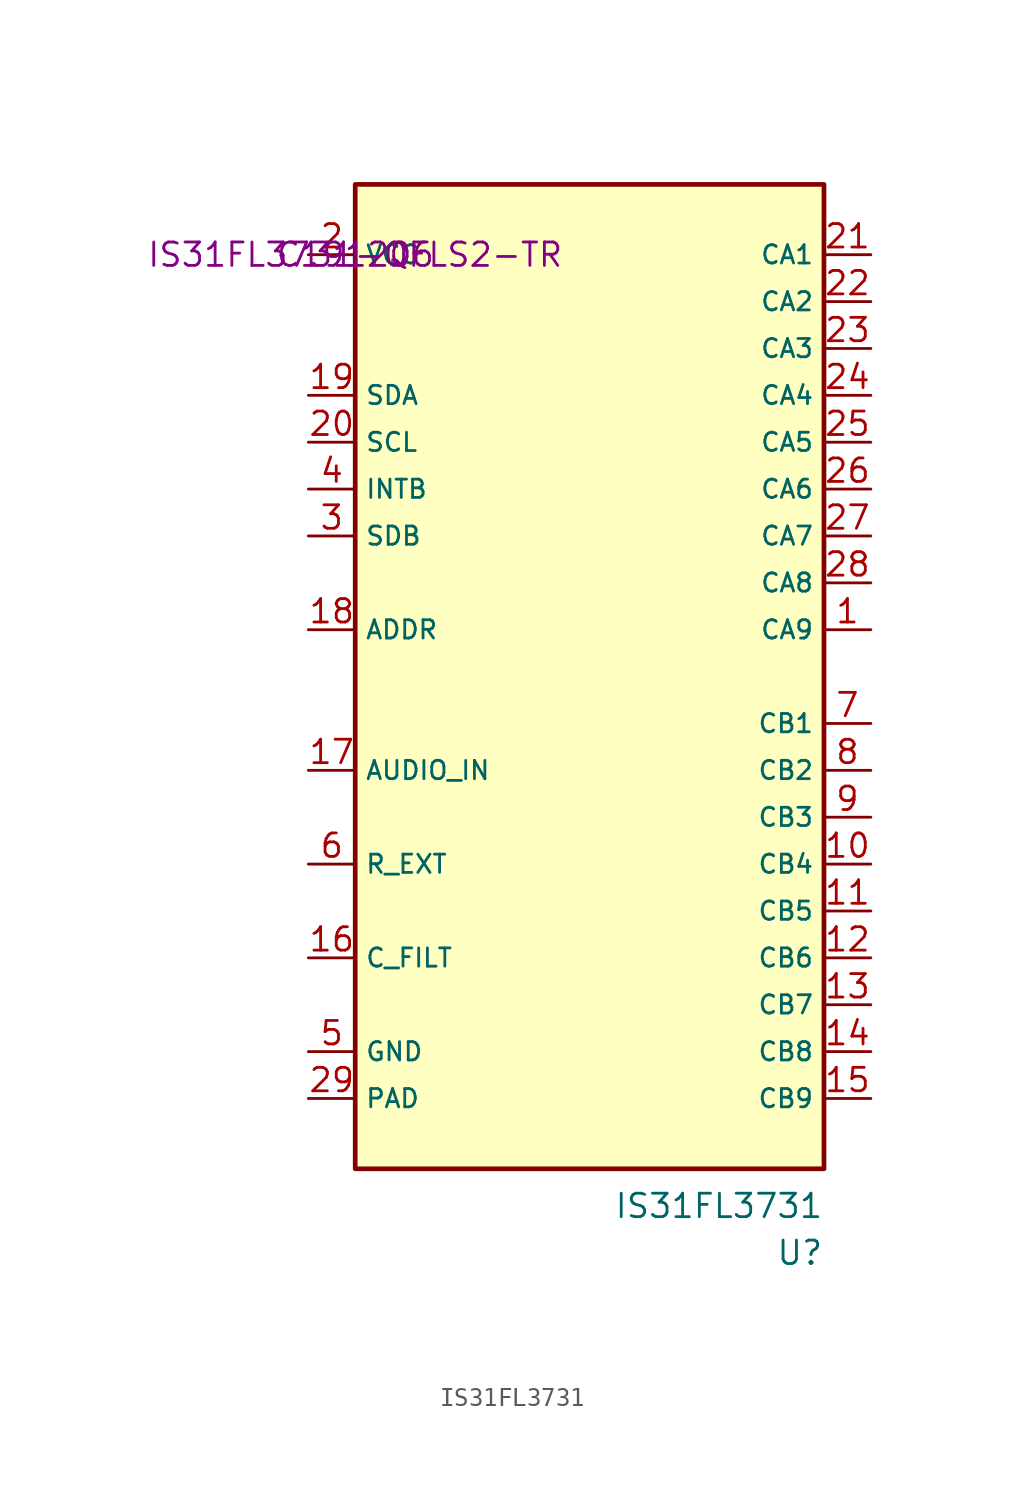
<source format=kicad_sym>
(kicad_symbol_lib
  (version 20211014)
  (generator kicad_symbol_editor)
  (symbol "IS31FL3731"
    (property "Reference" "U"
      (at 25.4 -53.34 0)
      (effects (font (size 1.27 1.27)) (justify right top)))
    (property "Value" "IS31FL3731"
      (at 25.4 -50.8 0)
      (effects (font (size 1.27 1.27)) (justify right top)))
    (property "Manufacturer Part #" "IS31FL3731-QFLS2-TR"
      (at 0 0 0)
      (effects (font (size 1.27 1.27))))
    (property "JLCPCB Part #" "C191206"
      (at 0 0 0)
      (effects (font (size 1.27 1.27))))
    (symbol "IS31FL3731_0_1"
      (rectangle (start 0 3.81) (end 25.4 -49.53) (stroke (width 0.254) (type default) (color 0 0 0 0)) (fill (type background))))
    (symbol "IS31FL3731_1_1"
      (pin passive line (at 27.94 -20.32 180) (length 2.54) (name "CA9" (effects (font (size 0.991 0.991)))) (number "1" (effects (font (size 1.27 1.27)))))
      (pin passive line (at 27.94 -33.02 180) (length 2.54) (name "CB4" (effects (font (size 0.991 0.991)))) (number "10" (effects (font (size 1.27 1.27)))))
      (pin passive line (at 27.94 -35.56 180) (length 2.54) (name "CB5" (effects (font (size 0.991 0.991)))) (number "11" (effects (font (size 1.27 1.27)))))
      (pin passive line (at 27.94 -38.1 180) (length 2.54) (name "CB6" (effects (font (size 0.991 0.991)))) (number "12" (effects (font (size 1.27 1.27)))))
      (pin passive line (at 27.94 -40.64 180) (length 2.54) (name "CB7" (effects (font (size 0.991 0.991)))) (number "13" (effects (font (size 1.27 1.27)))))
      (pin passive line (at 27.94 -43.18 180) (length 2.54) (name "CB8" (effects (font (size 0.991 0.991)))) (number "14" (effects (font (size 1.27 1.27)))))
      (pin passive line (at 27.94 -45.72 180) (length 2.54) (name "CB9" (effects (font (size 0.991 0.991)))) (number "15" (effects (font (size 1.27 1.27)))))
      (pin input line (at -2.54 -38.1 0) (length 2.54) (name "C_FILT" (effects (font (size 0.991 0.991)))) (number "16" (effects (font (size 1.27 1.27)))))
      (pin passive line (at -2.54 -27.94 0) (length 2.54) (name "AUDIO_IN" (effects (font (size 0.991 0.991)))) (number "17" (effects (font (size 1.27 1.27)))))
      (pin input line (at -2.54 -20.32 0) (length 2.54) (name "ADDR" (effects (font (size 0.991 0.991)))) (number "18" (effects (font (size 1.27 1.27)))))
      (pin bidirectional line (at -2.54 -7.62 0) (length 2.54) (name "SDA" (effects (font (size 0.991 0.991)))) (number "19" (effects (font (size 1.27 1.27)))))
      (pin power_in line (at -2.54 0 0) (length 2.54) (name "VCC" (effects (font (size 0.991 0.991)))) (number "2" (effects (font (size 1.27 1.27)))))
      (pin input line (at -2.54 -10.16 0) (length 2.54) (name "SCL" (effects (font (size 0.991 0.991)))) (number "20" (effects (font (size 1.27 1.27)))))
      (pin passive line (at 27.94 0 180) (length 2.54) (name "CA1" (effects (font (size 0.991 0.991)))) (number "21" (effects (font (size 1.27 1.27)))))
      (pin passive line (at 27.94 -2.54 180) (length 2.54) (name "CA2" (effects (font (size 0.991 0.991)))) (number "22" (effects (font (size 1.27 1.27)))))
      (pin passive line (at 27.94 -5.08 180) (length 2.54) (name "CA3" (effects (font (size 0.991 0.991)))) (number "23" (effects (font (size 1.27 1.27)))))
      (pin passive line (at 27.94 -7.62 180) (length 2.54) (name "CA4" (effects (font (size 0.991 0.991)))) (number "24" (effects (font (size 1.27 1.27)))))
      (pin passive line (at 27.94 -10.16 180) (length 2.54) (name "CA5" (effects (font (size 0.991 0.991)))) (number "25" (effects (font (size 1.27 1.27)))))
      (pin passive line (at 27.94 -12.7 180) (length 2.54) (name "CA6" (effects (font (size 0.991 0.991)))) (number "26" (effects (font (size 1.27 1.27)))))
      (pin passive line (at 27.94 -15.24 180) (length 2.54) (name "CA7" (effects (font (size 0.991 0.991)))) (number "27" (effects (font (size 1.27 1.27)))))
      (pin passive line (at 27.94 -17.78 180) (length 2.54) (name "CA8" (effects (font (size 0.991 0.991)))) (number "28" (effects (font (size 1.27 1.27)))))
      (pin power_in line (at -2.54 -45.72 0) (length 2.54) (name "PAD" (effects (font (size 0.991 0.991)))) (number "29" (effects (font (size 1.27 1.27)))))
      (pin input line (at -2.54 -15.24 0) (length 2.54) (name "SDB" (effects (font (size 0.991 0.991)))) (number "3" (effects (font (size 1.27 1.27)))))
      (pin input line (at -2.54 -12.7 0) (length 2.54) (name "INTB" (effects (font (size 0.991 0.991)))) (number "4" (effects (font (size 1.27 1.27)))))
      (pin power_in line (at -2.54 -43.18 0) (length 2.54) (name "GND" (effects (font (size 0.991 0.991)))) (number "5" (effects (font (size 1.27 1.27)))))
      (pin passive line (at -2.54 -33.02 0) (length 2.54) (name "R_EXT" (effects (font (size 0.991 0.991)))) (number "6" (effects (font (size 1.27 1.27)))))
      (pin passive line (at 27.94 -25.4 180) (length 2.54) (name "CB1" (effects (font (size 0.991 0.991)))) (number "7" (effects (font (size 1.27 1.27)))))
      (pin passive line (at 27.94 -27.94 180) (length 2.54) (name "CB2" (effects (font (size 0.991 0.991)))) (number "8" (effects (font (size 1.27 1.27)))))
      (pin passive line (at 27.94 -30.48 180) (length 2.54) (name "CB3" (effects (font (size 0.991 0.991)))) (number "9" (effects (font (size 1.27 1.27))))))))
</source>
